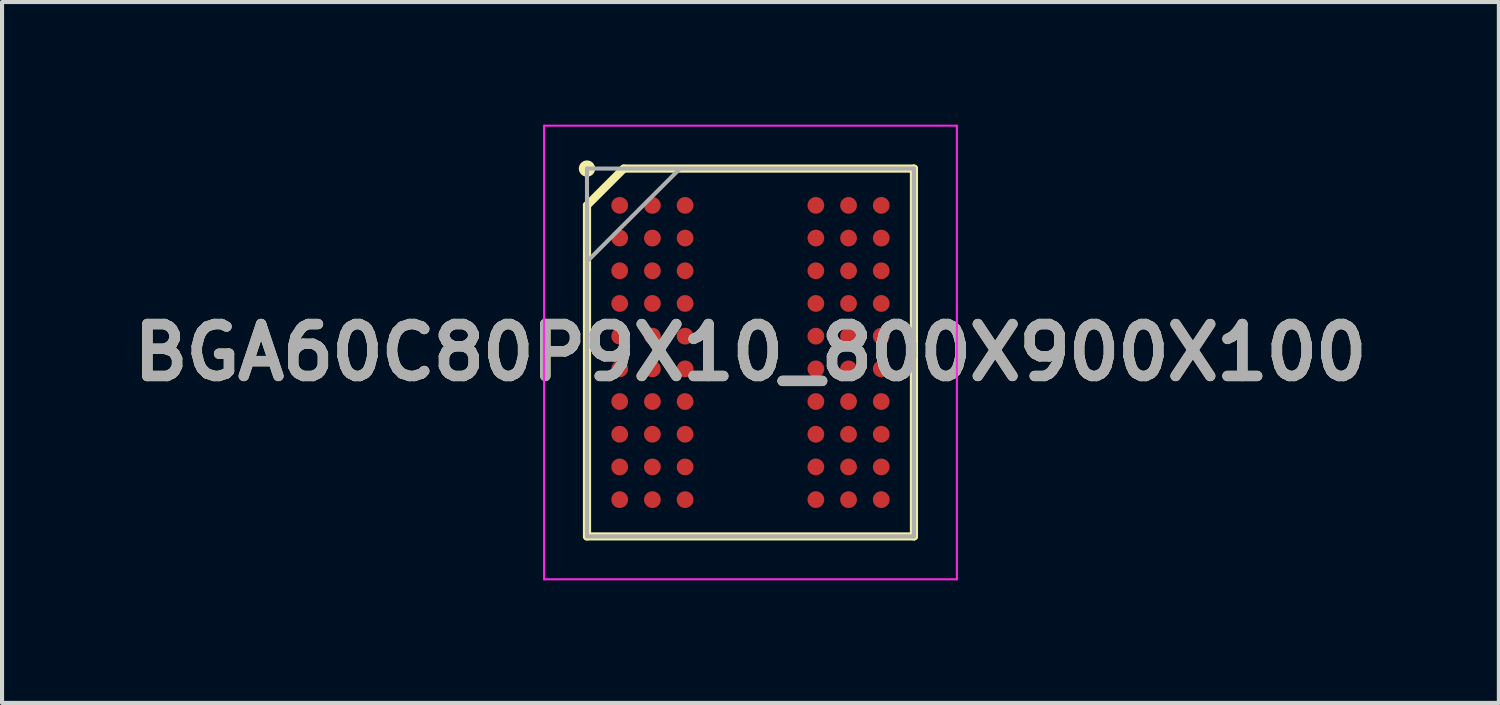
<source format=kicad_pcb>
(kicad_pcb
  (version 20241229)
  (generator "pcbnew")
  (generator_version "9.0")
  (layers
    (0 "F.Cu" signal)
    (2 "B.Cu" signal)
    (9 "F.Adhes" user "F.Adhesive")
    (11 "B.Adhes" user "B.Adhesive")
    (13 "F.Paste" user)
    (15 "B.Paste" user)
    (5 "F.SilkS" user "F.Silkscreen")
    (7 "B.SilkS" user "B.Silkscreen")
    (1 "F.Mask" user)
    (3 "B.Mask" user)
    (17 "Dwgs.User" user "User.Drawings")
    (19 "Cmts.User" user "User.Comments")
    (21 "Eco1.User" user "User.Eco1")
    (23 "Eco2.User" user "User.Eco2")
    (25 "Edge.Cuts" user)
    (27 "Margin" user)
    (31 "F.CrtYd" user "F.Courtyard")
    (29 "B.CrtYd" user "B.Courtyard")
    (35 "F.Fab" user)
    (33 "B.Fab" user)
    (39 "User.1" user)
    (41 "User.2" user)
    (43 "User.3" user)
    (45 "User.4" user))
  (footprint "BGA60C80P9X10_800X900X100"
    (layer "F.Cu")
    (at 15.313 5.575)
    (property "Reference" "BGA60C80P9X10_800X900X100" (at 0 0 0) (layer "F.SilkS") (effects (font (size 1.27 1.27) (thickness 0.254))))
    (attr smd)
    (fp_line (start -4 -3.6) (end -3.1 -4.5) (stroke (width 0.2) (type solid)) (layer "F.SilkS"))
    (fp_line (start -4 4.5) (end -4 -3.6) (stroke (width 0.2) (type solid)) (layer "F.SilkS"))
    (fp_line (start -3.1 -4.5) (end 4 -4.5) (stroke (width 0.2) (type solid)) (layer "F.SilkS"))
    (fp_line (start 4 -4.5) (end 4 4.5) (stroke (width 0.2) (type solid)) (layer "F.SilkS"))
    (fp_line (start 4 4.5) (end -4 4.5) (stroke (width 0.2) (type solid)) (layer "F.SilkS"))
    (fp_circle (center -4 -4.5) (end -4 -4.4) (stroke (width 0.2) (type solid)) (fill no) (layer "F.SilkS"))
    (fp_line (start -5.05 -5.55) (end 5.05 -5.55) (stroke (width 0.05) (type solid)) (layer "F.CrtYd"))
    (fp_line (start -5.05 5.55) (end -5.05 -5.55) (stroke (width 0.05) (type solid)) (layer "F.CrtYd"))
    (fp_line (start 5.05 -5.55) (end 5.05 5.55) (stroke (width 0.05) (type solid)) (layer "F.CrtYd"))
    (fp_line (start 5.05 5.55) (end -5.05 5.55) (stroke (width 0.05) (type solid)) (layer "F.CrtYd"))
    (fp_line (start -4 -4.5) (end 4 -4.5) (stroke (width 0.1) (type solid)) (layer "F.Fab"))
    (fp_line (start -4 -2.225) (end -1.725 -4.5) (stroke (width 0.1) (type solid)) (layer "F.Fab"))
    (fp_line (start -4 4.5) (end -4 -4.5) (stroke (width 0.1) (type solid)) (layer "F.Fab"))
    (fp_line (start 4 -4.5) (end 4 4.5) (stroke (width 0.1) (type solid)) (layer "F.Fab"))
    (fp_line (start 4 4.5) (end -4 4.5) (stroke (width 0.1) (type solid)) (layer "F.Fab"))
    (fp_text user "${REFERENCE}" (at 0 0 0) (layer "F.Fab") (effects (font (size 1.27 1.27) (thickness 0.254))))
    (pad "A1" smd circle (at -3.2 -3.6 90) (size 0.41 0.41) (layers "F.Cu" "F.Mask" "F.Paste"))
    (pad "A2" smd circle (at -2.4 -3.6 90) (size 0.41 0.41) (layers "F.Cu" "F.Mask" "F.Paste"))
    (pad "A3" smd circle (at -1.6 -3.6 90) (size 0.41 0.41) (layers "F.Cu" "F.Mask" "F.Paste"))
    (pad "A7" smd circle (at 1.6 -3.6 90) (size 0.41 0.41) (layers "F.Cu" "F.Mask" "F.Paste"))
    (pad "A8" smd circle (at 2.4 -3.6 90) (size 0.41 0.41) (layers "F.Cu" "F.Mask" "F.Paste"))
    (pad "A9" smd circle (at 3.2 -3.6 90) (size 0.41 0.41) (layers "F.Cu" "F.Mask" "F.Paste"))
    (pad "B1" smd circle (at -3.2 -2.8 90) (size 0.41 0.41) (layers "F.Cu" "F.Mask" "F.Paste"))
    (pad "B2" smd circle (at -2.4 -2.8 90) (size 0.41 0.41) (layers "F.Cu" "F.Mask" "F.Paste"))
    (pad "B3" smd circle (at -1.6 -2.8 90) (size 0.41 0.41) (layers "F.Cu" "F.Mask" "F.Paste"))
    (pad "B7" smd circle (at 1.6 -2.8 90) (size 0.41 0.41) (layers "F.Cu" "F.Mask" "F.Paste"))
    (pad "B8" smd circle (at 2.4 -2.8 90) (size 0.41 0.41) (layers "F.Cu" "F.Mask" "F.Paste"))
    (pad "B9" smd circle (at 3.2 -2.8 90) (size 0.41 0.41) (layers "F.Cu" "F.Mask" "F.Paste"))
    (pad "C1" smd circle (at -3.2 -2 90) (size 0.41 0.41) (layers "F.Cu" "F.Mask" "F.Paste"))
    (pad "C2" smd circle (at -2.4 -2 90) (size 0.41 0.41) (layers "F.Cu" "F.Mask" "F.Paste"))
    (pad "C3" smd circle (at -1.6 -2 90) (size 0.41 0.41) (layers "F.Cu" "F.Mask" "F.Paste"))
    (pad "C7" smd circle (at 1.6 -2 90) (size 0.41 0.41) (layers "F.Cu" "F.Mask" "F.Paste"))
    (pad "C8" smd circle (at 2.4 -2 90) (size 0.41 0.41) (layers "F.Cu" "F.Mask" "F.Paste"))
    (pad "C9" smd circle (at 3.2 -2 90) (size 0.41 0.41) (layers "F.Cu" "F.Mask" "F.Paste"))
    (pad "D1" smd circle (at -3.2 -1.2 90) (size 0.41 0.41) (layers "F.Cu" "F.Mask" "F.Paste"))
    (pad "D2" smd circle (at -2.4 -1.2 90) (size 0.41 0.41) (layers "F.Cu" "F.Mask" "F.Paste"))
    (pad "D3" smd circle (at -1.6 -1.2 90) (size 0.41 0.41) (layers "F.Cu" "F.Mask" "F.Paste"))
    (pad "D7" smd circle (at 1.6 -1.2 90) (size 0.41 0.41) (layers "F.Cu" "F.Mask" "F.Paste"))
    (pad "D8" smd circle (at 2.4 -1.2 90) (size 0.41 0.41) (layers "F.Cu" "F.Mask" "F.Paste"))
    (pad "D9" smd circle (at 3.2 -1.2 90) (size 0.41 0.41) (layers "F.Cu" "F.Mask" "F.Paste"))
    (pad "E1" smd circle (at -3.2 -0.4 90) (size 0.41 0.41) (layers "F.Cu" "F.Mask" "F.Paste"))
    (pad "E2" smd circle (at -2.4 -0.4 90) (size 0.41 0.41) (layers "F.Cu" "F.Mask" "F.Paste"))
    (pad "E3" smd circle (at -1.6 -0.4 90) (size 0.41 0.41) (layers "F.Cu" "F.Mask" "F.Paste"))
    (pad "E7" smd circle (at 1.6 -0.4 90) (size 0.41 0.41) (layers "F.Cu" "F.Mask" "F.Paste"))
    (pad "E8" smd circle (at 2.4 -0.4 90) (size 0.41 0.41) (layers "F.Cu" "F.Mask" "F.Paste"))
    (pad "E9" smd circle (at 3.2 -0.4 90) (size 0.41 0.41) (layers "F.Cu" "F.Mask" "F.Paste"))
    (pad "F1" smd circle (at -3.2 0.4 90) (size 0.41 0.41) (layers "F.Cu" "F.Mask" "F.Paste"))
    (pad "F2" smd circle (at -2.4 0.4 90) (size 0.41 0.41) (layers "F.Cu" "F.Mask" "F.Paste"))
    (pad "F3" smd circle (at -1.6 0.4 90) (size 0.41 0.41) (layers "F.Cu" "F.Mask" "F.Paste"))
    (pad "F7" smd circle (at 1.6 0.4 90) (size 0.41 0.41) (layers "F.Cu" "F.Mask" "F.Paste"))
    (pad "F8" smd circle (at 2.4 0.4 90) (size 0.41 0.41) (layers "F.Cu" "F.Mask" "F.Paste"))
    (pad "F9" smd circle (at 3.2 0.4 90) (size 0.41 0.41) (layers "F.Cu" "F.Mask" "F.Paste"))
    (pad "G1" smd circle (at -3.2 1.2 90) (size 0.41 0.41) (layers "F.Cu" "F.Mask" "F.Paste"))
    (pad "G2" smd circle (at -2.4 1.2 90) (size 0.41 0.41) (layers "F.Cu" "F.Mask" "F.Paste"))
    (pad "G3" smd circle (at -1.6 1.2 90) (size 0.41 0.41) (layers "F.Cu" "F.Mask" "F.Paste"))
    (pad "G7" smd circle (at 1.6 1.2 90) (size 0.41 0.41) (layers "F.Cu" "F.Mask" "F.Paste"))
    (pad "G8" smd circle (at 2.4 1.2 90) (size 0.41 0.41) (layers "F.Cu" "F.Mask" "F.Paste"))
    (pad "G9" smd circle (at 3.2 1.2 90) (size 0.41 0.41) (layers "F.Cu" "F.Mask" "F.Paste"))
    (pad "H1" smd circle (at -3.2 2 90) (size 0.41 0.41) (layers "F.Cu" "F.Mask" "F.Paste"))
    (pad "H2" smd circle (at -2.4 2 90) (size 0.41 0.41) (layers "F.Cu" "F.Mask" "F.Paste"))
    (pad "H3" smd circle (at -1.6 2 90) (size 0.41 0.41) (layers "F.Cu" "F.Mask" "F.Paste"))
    (pad "H7" smd circle (at 1.6 2 90) (size 0.41 0.41) (layers "F.Cu" "F.Mask" "F.Paste"))
    (pad "H8" smd circle (at 2.4 2 90) (size 0.41 0.41) (layers "F.Cu" "F.Mask" "F.Paste"))
    (pad "H9" smd circle (at 3.2 2 90) (size 0.41 0.41) (layers "F.Cu" "F.Mask" "F.Paste"))
    (pad "J1" smd circle (at -3.2 2.8 90) (size 0.41 0.41) (layers "F.Cu" "F.Mask" "F.Paste"))
    (pad "J2" smd circle (at -2.4 2.8 90) (size 0.41 0.41) (layers "F.Cu" "F.Mask" "F.Paste"))
    (pad "J3" smd circle (at -1.6 2.8 90) (size 0.41 0.41) (layers "F.Cu" "F.Mask" "F.Paste"))
    (pad "J7" smd circle (at 1.6 2.8 90) (size 0.41 0.41) (layers "F.Cu" "F.Mask" "F.Paste"))
    (pad "J8" smd circle (at 2.4 2.8 90) (size 0.41 0.41) (layers "F.Cu" "F.Mask" "F.Paste"))
    (pad "J9" smd circle (at 3.2 2.8 90) (size 0.41 0.41) (layers "F.Cu" "F.Mask" "F.Paste"))
    (pad "K1" smd circle (at -3.2 3.6 90) (size 0.41 0.41) (layers "F.Cu" "F.Mask" "F.Paste"))
    (pad "K2" smd circle (at -2.4 3.6 90) (size 0.41 0.41) (layers "F.Cu" "F.Mask" "F.Paste"))
    (pad "K3" smd circle (at -1.6 3.6 90) (size 0.41 0.41) (layers "F.Cu" "F.Mask" "F.Paste"))
    (pad "K7" smd circle (at 1.6 3.6 90) (size 0.41 0.41) (layers "F.Cu" "F.Mask" "F.Paste"))
    (pad "K8" smd circle (at 2.4 3.6 90) (size 0.41 0.41) (layers "F.Cu" "F.Mask" "F.Paste"))
    (pad "K9" smd circle (at 3.2 3.6 90) (size 0.41 0.41) (layers "F.Cu" "F.Mask" "F.Paste")))
  (gr_rect
    (start -3 -3)
    (end 33.625 14.15)
    (stroke (width 0.1) (type default))
    (fill no)
    (layer "Edge.Cuts")))
</source>
